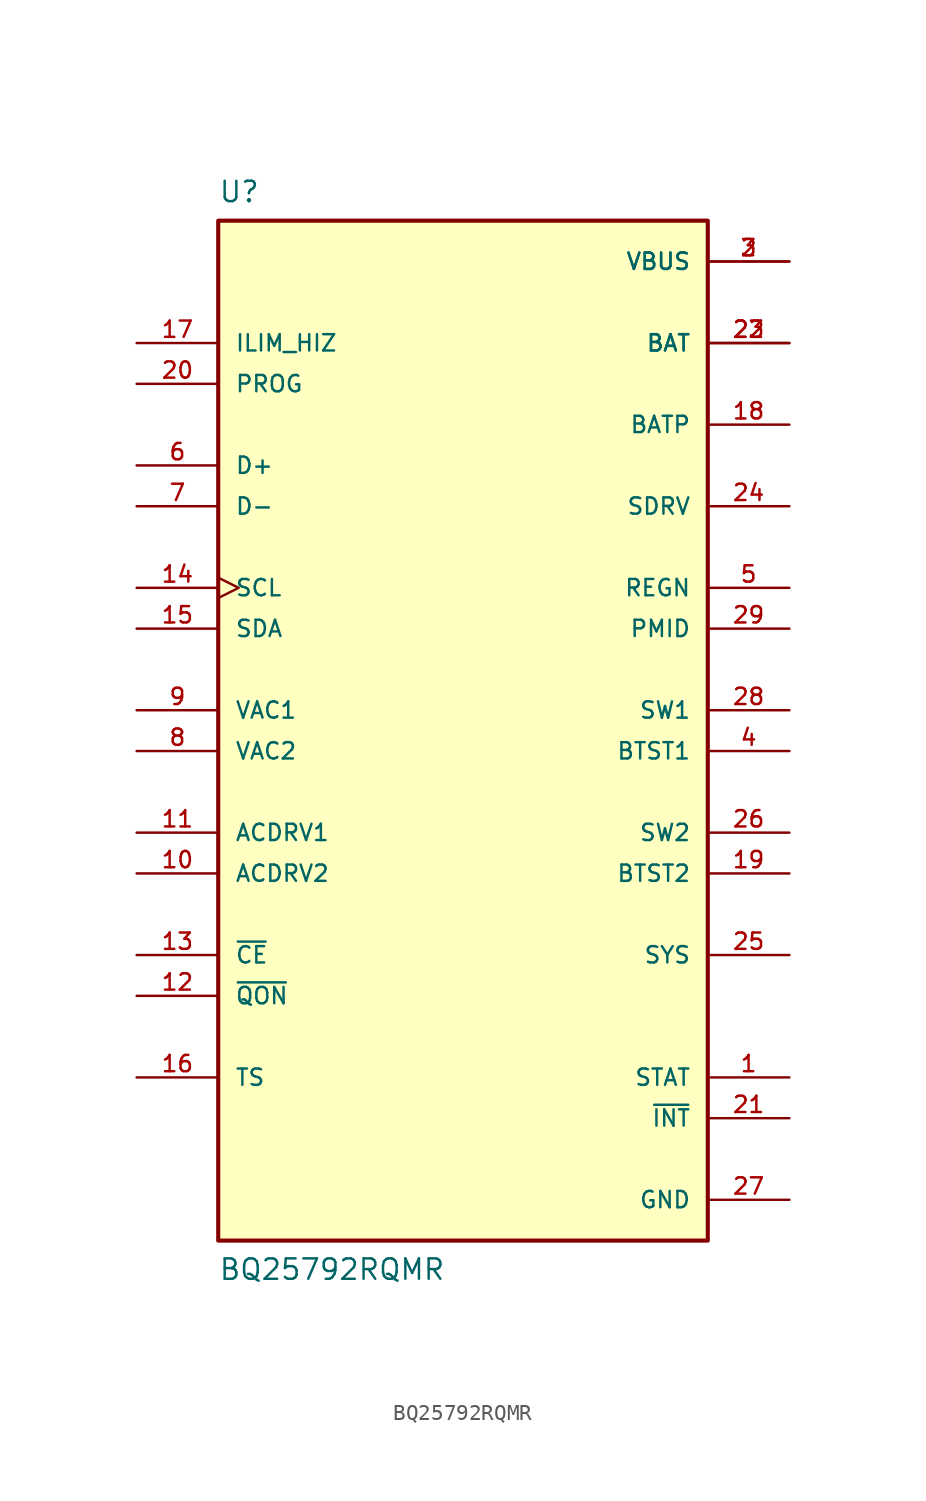
<source format=kicad_sym>
(kicad_symbol_lib
  (version 20211014)
  (generator kicad_symbol_editor)
  (symbol "BQ25792RQMR"
    (pin_names
      (offset 1.016))
    (property "Reference" "U"
      (at -15.24 35.56 0)
      (effects (font (size 1.27 1.27)) (justify top left)))
    (property "Value" "BQ25792RQMR"
      (at -15.24 -33.02 0)
      (effects (font (size 1.27 1.27)) (justify bottom left)))
    (symbol "BQ25792RQMR_0_0"
      (rectangle (start -15.24 -30.48) (end 15.24 33.02) (stroke (width 0.254)) (fill (type background)))
      (pin output line (at 20.32 -20.32 180.0) (length 5.08) (name "STAT" (effects (font (size 1.016 1.016)))) (number "1" (effects (font (size 1.016 1.016)))))
      (pin power_in line (at 20.32 30.48 180.0) (length 5.08) (name "VBUS" (effects (font (size 1.016 1.016)))) (number "2" (effects (font (size 1.016 1.016)))))
      (pin power_in line (at 20.32 30.48 180.0) (length 5.08) (name "VBUS" (effects (font (size 1.016 1.016)))) (number "3" (effects (font (size 1.016 1.016)))))
      (pin power_in line (at 20.32 0.0 180.0) (length 5.08) (name "BTST1" (effects (font (size 1.016 1.016)))) (number "4" (effects (font (size 1.016 1.016)))))
      (pin power_in line (at 20.32 10.16 180.0) (length 5.08) (name "REGN" (effects (font (size 1.016 1.016)))) (number "5" (effects (font (size 1.016 1.016)))))
      (pin bidirectional line (at -20.32 17.78 0) (length 5.08) (name "D+" (effects (font (size 1.016 1.016)))) (number "6" (effects (font (size 1.016 1.016)))))
      (pin bidirectional line (at -20.32 15.24 0) (length 5.08) (name "D-" (effects (font (size 1.016 1.016)))) (number "7" (effects (font (size 1.016 1.016)))))
      (pin power_in line (at -20.32 0.0 0) (length 5.08) (name "VAC2" (effects (font (size 1.016 1.016)))) (number "8" (effects (font (size 1.016 1.016)))))
      (pin power_in line (at -20.32 2.54 0) (length 5.08) (name "VAC1" (effects (font (size 1.016 1.016)))) (number "9" (effects (font (size 1.016 1.016)))))
      (pin power_in line (at -20.32 -7.62 0) (length 5.08) (name "ACDRV2" (effects (font (size 1.016 1.016)))) (number "10" (effects (font (size 1.016 1.016)))))
      (pin power_in line (at -20.32 -5.08 0) (length 5.08) (name "ACDRV1" (effects (font (size 1.016 1.016)))) (number "11" (effects (font (size 1.016 1.016)))))
      (pin input line (at -20.32 -15.24 0) (length 5.08) (name "~{QON}" (effects (font (size 1.016 1.016)))) (number "12" (effects (font (size 1.016 1.016)))))
      (pin input line (at -20.32 -12.7 0) (length 5.08) (name "~{CE}" (effects (font (size 1.016 1.016)))) (number "13" (effects (font (size 1.016 1.016)))))
      (pin input clock (at -20.32 10.16 0) (length 5.08) (name "SCL" (effects (font (size 1.016 1.016)))) (number "14" (effects (font (size 1.016 1.016)))))
      (pin bidirectional line (at -20.32 7.62 0) (length 5.08) (name "SDA" (effects (font (size 1.016 1.016)))) (number "15" (effects (font (size 1.016 1.016)))))
      (pin input line (at -20.32 -20.32 0) (length 5.08) (name "TS" (effects (font (size 1.016 1.016)))) (number "16" (effects (font (size 1.016 1.016)))))
      (pin input line (at -20.32 25.4 0) (length 5.08) (name "ILIM_HIZ" (effects (font (size 1.016 1.016)))) (number "17" (effects (font (size 1.016 1.016)))))
      (pin power_in line (at 20.32 20.32 180.0) (length 5.08) (name "BATP" (effects (font (size 1.016 1.016)))) (number "18" (effects (font (size 1.016 1.016)))))
      (pin power_in line (at 20.32 -7.62 180.0) (length 5.08) (name "BTST2" (effects (font (size 1.016 1.016)))) (number "19" (effects (font (size 1.016 1.016)))))
      (pin input line (at -20.32 22.86 0) (length 5.08) (name "PROG" (effects (font (size 1.016 1.016)))) (number "20" (effects (font (size 1.016 1.016)))))
      (pin output line (at 20.32 -22.86 180.0) (length 5.08) (name "~{INT}" (effects (font (size 1.016 1.016)))) (number "21" (effects (font (size 1.016 1.016)))))
      (pin power_in line (at 20.32 25.4 180.0) (length 5.08) (name "BAT" (effects (font (size 1.016 1.016)))) (number "22" (effects (font (size 1.016 1.016)))))
      (pin power_in line (at 20.32 25.4 180.0) (length 5.08) (name "BAT" (effects (font (size 1.016 1.016)))) (number "23" (effects (font (size 1.016 1.016)))))
      (pin power_in line (at 20.32 15.24 180.0) (length 5.08) (name "SDRV" (effects (font (size 1.016 1.016)))) (number "24" (effects (font (size 1.016 1.016)))))
      (pin power_in line (at 20.32 -12.7 180.0) (length 5.08) (name "SYS" (effects (font (size 1.016 1.016)))) (number "25" (effects (font (size 1.016 1.016)))))
      (pin power_in line (at 20.32 -5.08 180.0) (length 5.08) (name "SW2" (effects (font (size 1.016 1.016)))) (number "26" (effects (font (size 1.016 1.016)))))
      (pin power_in line (at 20.32 -27.94 180.0) (length 5.08) (name "GND" (effects (font (size 1.016 1.016)))) (number "27" (effects (font (size 1.016 1.016)))))
      (pin power_in line (at 20.32 2.54 180.0) (length 5.08) (name "SW1" (effects (font (size 1.016 1.016)))) (number "28" (effects (font (size 1.016 1.016)))))
      (pin power_in line (at 20.32 7.62 180.0) (length 5.08) (name "PMID" (effects (font (size 1.016 1.016)))) (number "29" (effects (font (size 1.016 1.016))))))))
</source>
